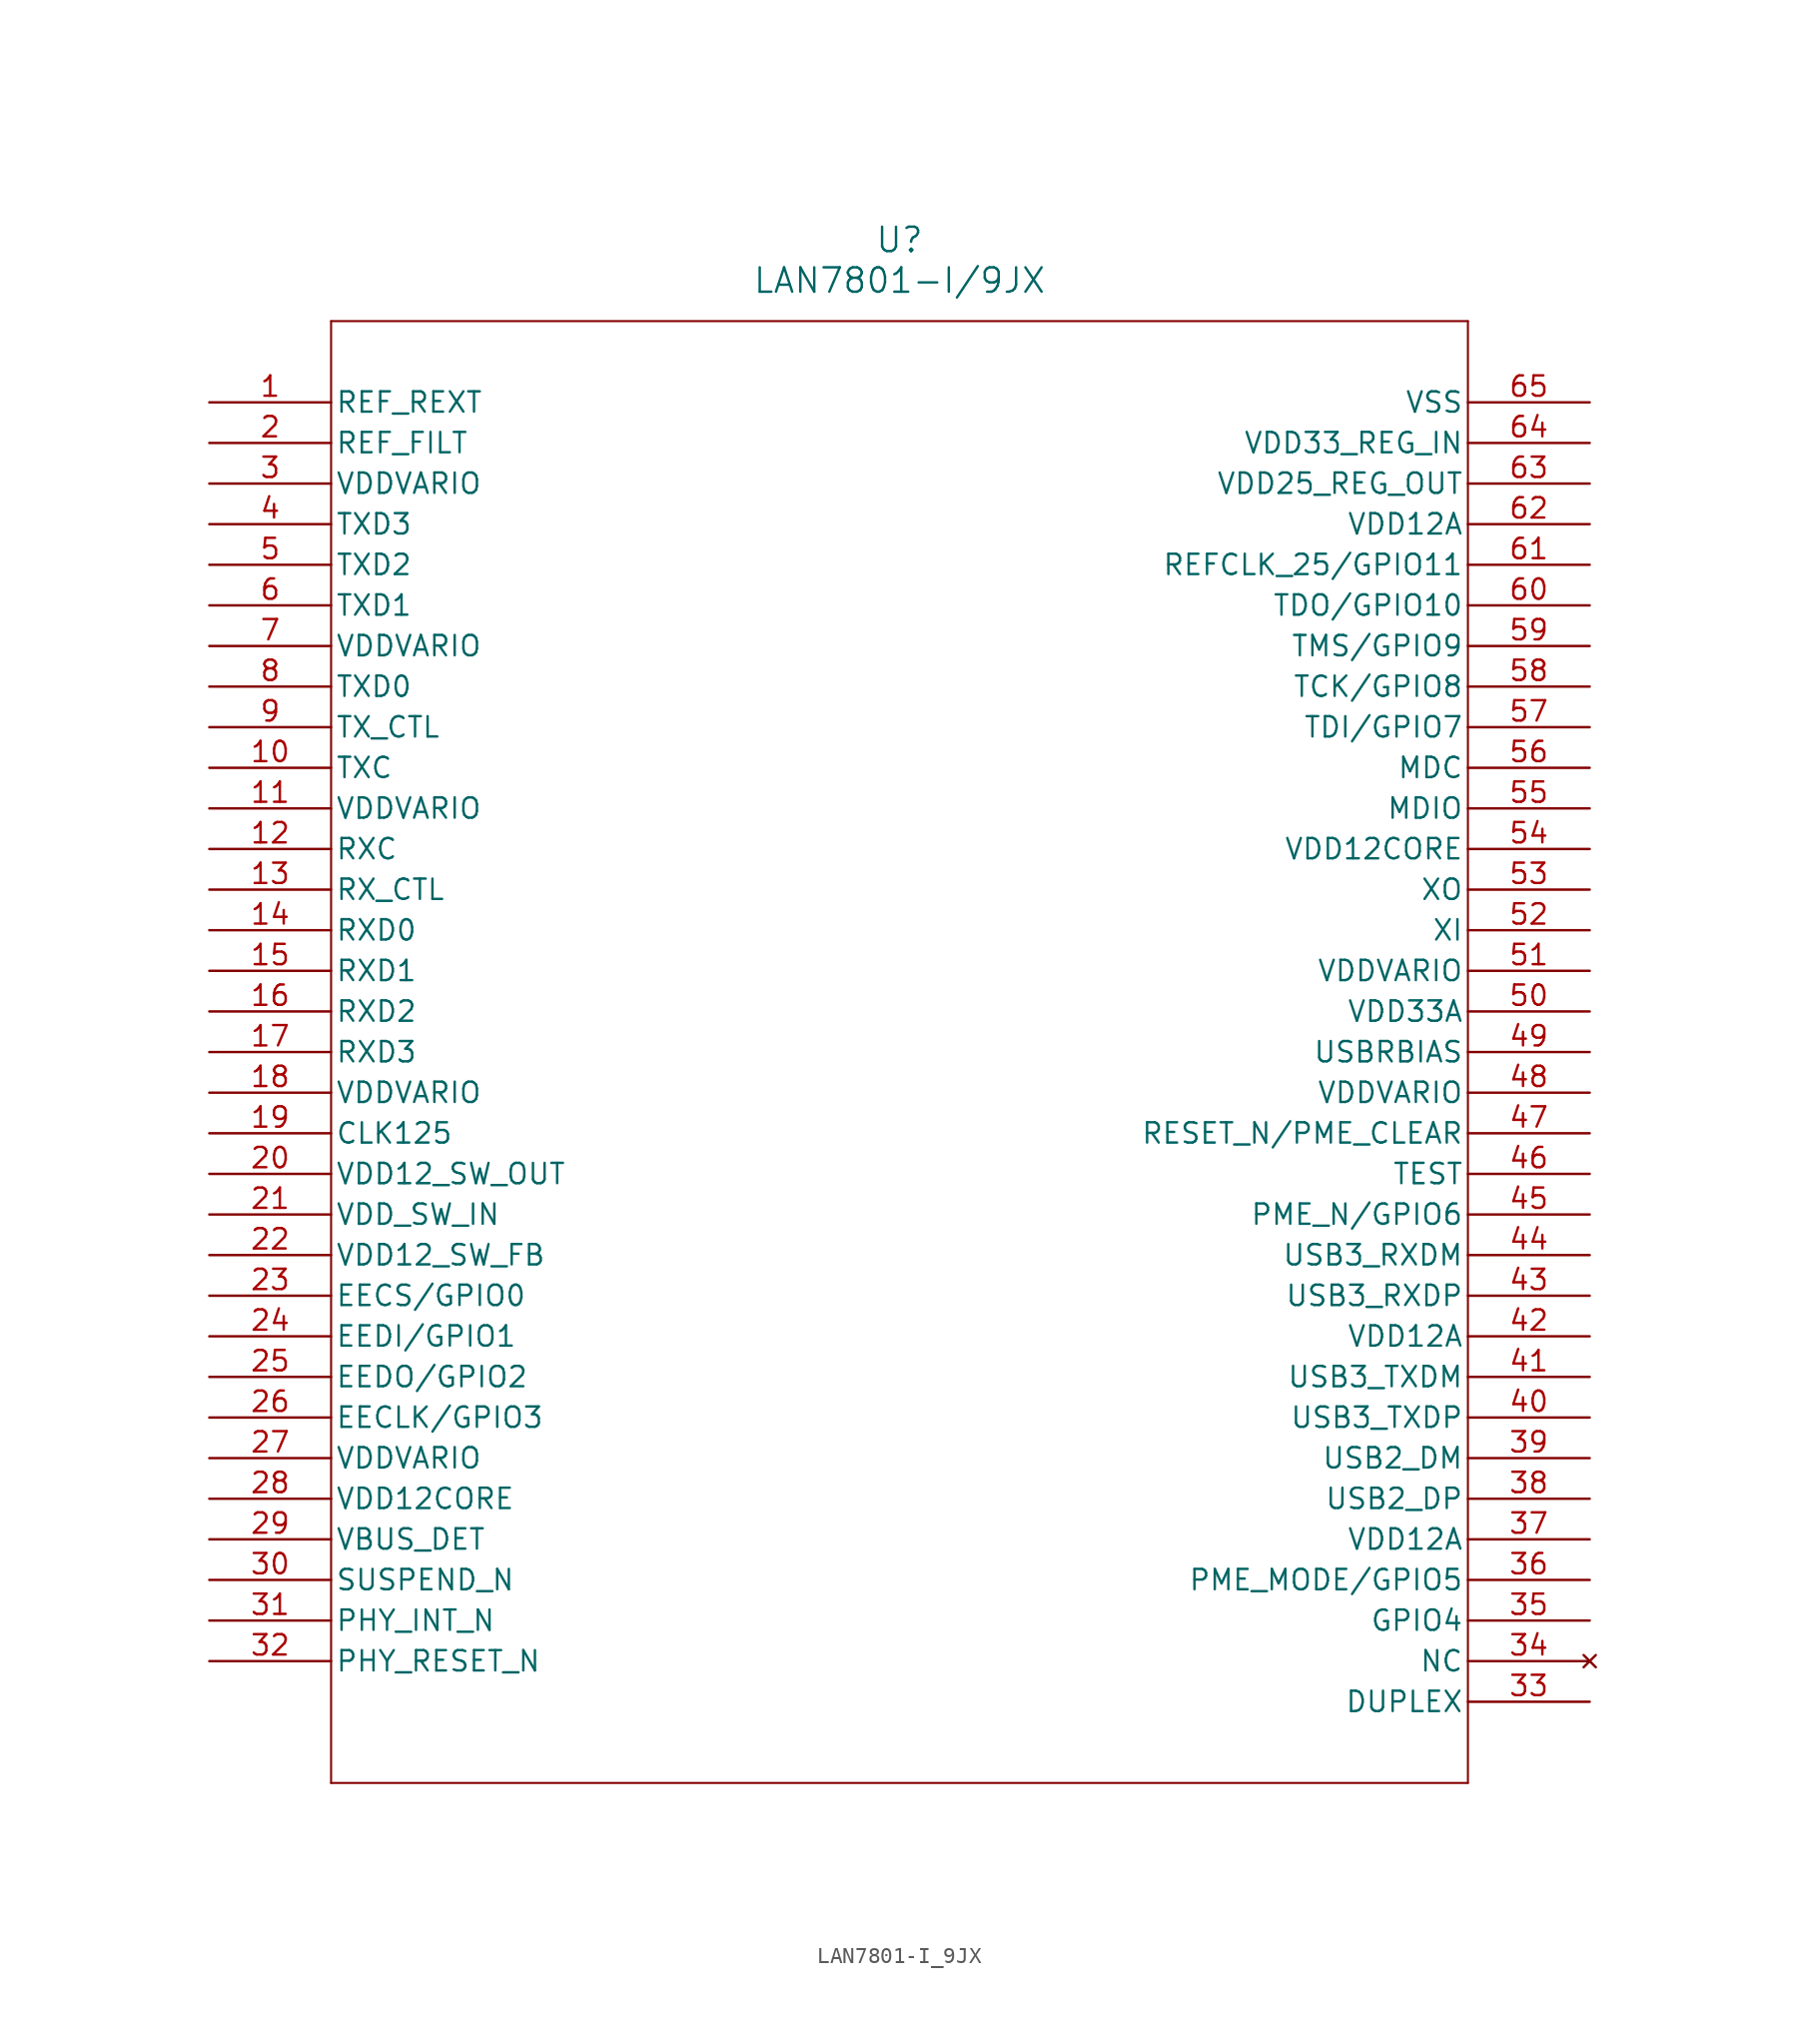
<source format=kicad_sym>
(kicad_symbol_lib
  (version 20231120)
  (generator "kicad_symbol_editor")
  (generator_version "8.0")
  (symbol "LAN7801-I_9JX"
    (pin_names
      (offset 0.254))
    (property "Reference" "U"
      (at 43.18 10.16 0)
      (effects (font (size 1.524 1.524))))
    (property "Value" "LAN7801-I/9JX"
      (at 43.18 7.62 0)
      (effects (font (size 1.524 1.524))))
    (property "ki_locked" ""
      (at 0 0 0)
      (effects (font (size 1.27 1.27))))
    (symbol "LAN7801-I_9JX_0_1"
      (polyline (pts (xy 7.62 -86.36) (xy 78.74 -86.36)) (stroke (width 0.127) (type default)) (fill (type none)))
      (polyline (pts (xy 7.62 5.08) (xy 7.62 -86.36)) (stroke (width 0.127) (type default)) (fill (type none)))
      (polyline (pts (xy 78.74 -86.36) (xy 78.74 5.08)) (stroke (width 0.127) (type default)) (fill (type none)))
      (polyline (pts (xy 78.74 5.08) (xy 7.62 5.08)) (stroke (width 0.127) (type default)) (fill (type none)))
      (pin unspecified line (at 0 0 0) (length 7.62) (name "REF_REXT" (effects (font (size 1.27 1.27)))) (number "1" (effects (font (size 1.27 1.27)))))
      (pin bidirectional line (at 0 -22.86 0) (length 7.62) (name "TXC" (effects (font (size 1.27 1.27)))) (number "10" (effects (font (size 1.27 1.27)))))
      (pin power_in line (at 0 -25.4 0) (length 7.62) (name "VDDVARIO" (effects (font (size 1.27 1.27)))) (number "11" (effects (font (size 1.27 1.27)))))
      (pin bidirectional line (at 0 -27.94 0) (length 7.62) (name "RXC" (effects (font (size 1.27 1.27)))) (number "12" (effects (font (size 1.27 1.27)))))
      (pin bidirectional line (at 0 -30.48 0) (length 7.62) (name "RX_CTL" (effects (font (size 1.27 1.27)))) (number "13" (effects (font (size 1.27 1.27)))))
      (pin bidirectional line (at 0 -33.02 0) (length 7.62) (name "RXD0" (effects (font (size 1.27 1.27)))) (number "14" (effects (font (size 1.27 1.27)))))
      (pin bidirectional line (at 0 -35.56 0) (length 7.62) (name "RXD1" (effects (font (size 1.27 1.27)))) (number "15" (effects (font (size 1.27 1.27)))))
      (pin bidirectional line (at 0 -38.1 0) (length 7.62) (name "RXD2" (effects (font (size 1.27 1.27)))) (number "16" (effects (font (size 1.27 1.27)))))
      (pin bidirectional line (at 0 -40.64 0) (length 7.62) (name "RXD3" (effects (font (size 1.27 1.27)))) (number "17" (effects (font (size 1.27 1.27)))))
      (pin power_in line (at 0 -43.18 0) (length 7.62) (name "VDDVARIO" (effects (font (size 1.27 1.27)))) (number "18" (effects (font (size 1.27 1.27)))))
      (pin input line (at 0 -45.72 0) (length 7.62) (name "CLK125" (effects (font (size 1.27 1.27)))) (number "19" (effects (font (size 1.27 1.27)))))
      (pin unspecified line (at 0 -2.54 0) (length 7.62) (name "REF_FILT" (effects (font (size 1.27 1.27)))) (number "2" (effects (font (size 1.27 1.27)))))
      (pin output line (at 0 -48.26 0) (length 7.62) (name "VDD12_SW_OUT" (effects (font (size 1.27 1.27)))) (number "20" (effects (font (size 1.27 1.27)))))
      (pin power_in line (at 0 -50.8 0) (length 7.62) (name "VDD_SW_IN" (effects (font (size 1.27 1.27)))) (number "21" (effects (font (size 1.27 1.27)))))
      (pin power_in line (at 0 -53.34 0) (length 7.62) (name "VDD12_SW_FB" (effects (font (size 1.27 1.27)))) (number "22" (effects (font (size 1.27 1.27)))))
      (pin bidirectional line (at 0 -55.88 0) (length 7.62) (name "EECS/GPIO0" (effects (font (size 1.27 1.27)))) (number "23" (effects (font (size 1.27 1.27)))))
      (pin bidirectional line (at 0 -58.42 0) (length 7.62) (name "EEDI/GPIO1" (effects (font (size 1.27 1.27)))) (number "24" (effects (font (size 1.27 1.27)))))
      (pin bidirectional line (at 0 -60.96 0) (length 7.62) (name "EEDO/GPIO2" (effects (font (size 1.27 1.27)))) (number "25" (effects (font (size 1.27 1.27)))))
      (pin bidirectional line (at 0 -63.5 0) (length 7.62) (name "EECLK/GPIO3" (effects (font (size 1.27 1.27)))) (number "26" (effects (font (size 1.27 1.27)))))
      (pin power_in line (at 0 -66.04 0) (length 7.62) (name "VDDVARIO" (effects (font (size 1.27 1.27)))) (number "27" (effects (font (size 1.27 1.27)))))
      (pin power_in line (at 0 -68.58 0) (length 7.62) (name "VDD12CORE" (effects (font (size 1.27 1.27)))) (number "28" (effects (font (size 1.27 1.27)))))
      (pin input line (at 0 -71.12 0) (length 7.62) (name "VBUS_DET" (effects (font (size 1.27 1.27)))) (number "29" (effects (font (size 1.27 1.27)))))
      (pin power_in line (at 0 -5.08 0) (length 7.62) (name "VDDVARIO" (effects (font (size 1.27 1.27)))) (number "3" (effects (font (size 1.27 1.27)))))
      (pin output line (at 0 -73.66 0) (length 7.62) (name "SUSPEND_N" (effects (font (size 1.27 1.27)))) (number "30" (effects (font (size 1.27 1.27)))))
      (pin input line (at 0 -76.2 0) (length 7.62) (name "PHY_INT_N" (effects (font (size 1.27 1.27)))) (number "31" (effects (font (size 1.27 1.27)))))
      (pin output line (at 0 -78.74 0) (length 7.62) (name "PHY_RESET_N" (effects (font (size 1.27 1.27)))) (number "32" (effects (font (size 1.27 1.27)))))
      (pin input line (at 86.36 -81.28 180) (length 7.62) (name "DUPLEX" (effects (font (size 1.27 1.27)))) (number "33" (effects (font (size 1.27 1.27)))))
      (pin no_connect line (at 86.36 -78.74 180) (length 7.62) (name "NC" (effects (font (size 1.27 1.27)))) (number "34" (effects (font (size 1.27 1.27)))))
      (pin bidirectional line (at 86.36 -76.2 180) (length 7.62) (name "GPIO4" (effects (font (size 1.27 1.27)))) (number "35" (effects (font (size 1.27 1.27)))))
      (pin bidirectional line (at 86.36 -73.66 180) (length 7.62) (name "PME_MODE/GPIO5" (effects (font (size 1.27 1.27)))) (number "36" (effects (font (size 1.27 1.27)))))
      (pin power_in line (at 86.36 -71.12 180) (length 7.62) (name "VDD12A" (effects (font (size 1.27 1.27)))) (number "37" (effects (font (size 1.27 1.27)))))
      (pin unspecified line (at 86.36 -68.58 180) (length 7.62) (name "USB2_DP" (effects (font (size 1.27 1.27)))) (number "38" (effects (font (size 1.27 1.27)))))
      (pin unspecified line (at 86.36 -66.04 180) (length 7.62) (name "USB2_DM" (effects (font (size 1.27 1.27)))) (number "39" (effects (font (size 1.27 1.27)))))
      (pin bidirectional line (at 0 -7.62 0) (length 7.62) (name "TXD3" (effects (font (size 1.27 1.27)))) (number "4" (effects (font (size 1.27 1.27)))))
      (pin unspecified line (at 86.36 -63.5 180) (length 7.62) (name "USB3_TXDP" (effects (font (size 1.27 1.27)))) (number "40" (effects (font (size 1.27 1.27)))))
      (pin unspecified line (at 86.36 -60.96 180) (length 7.62) (name "USB3_TXDM" (effects (font (size 1.27 1.27)))) (number "41" (effects (font (size 1.27 1.27)))))
      (pin power_in line (at 86.36 -58.42 180) (length 7.62) (name "VDD12A" (effects (font (size 1.27 1.27)))) (number "42" (effects (font (size 1.27 1.27)))))
      (pin unspecified line (at 86.36 -55.88 180) (length 7.62) (name "USB3_RXDP" (effects (font (size 1.27 1.27)))) (number "43" (effects (font (size 1.27 1.27)))))
      (pin unspecified line (at 86.36 -53.34 180) (length 7.62) (name "USB3_RXDM" (effects (font (size 1.27 1.27)))) (number "44" (effects (font (size 1.27 1.27)))))
      (pin bidirectional line (at 86.36 -50.8 180) (length 7.62) (name "PME_N/GPIO6" (effects (font (size 1.27 1.27)))) (number "45" (effects (font (size 1.27 1.27)))))
      (pin input line (at 86.36 -48.26 180) (length 7.62) (name "TEST" (effects (font (size 1.27 1.27)))) (number "46" (effects (font (size 1.27 1.27)))))
      (pin input line (at 86.36 -45.72 180) (length 7.62) (name "RESET_N/PME_CLEAR" (effects (font (size 1.27 1.27)))) (number "47" (effects (font (size 1.27 1.27)))))
      (pin power_in line (at 86.36 -43.18 180) (length 7.62) (name "VDDVARIO" (effects (font (size 1.27 1.27)))) (number "48" (effects (font (size 1.27 1.27)))))
      (pin unspecified line (at 86.36 -40.64 180) (length 7.62) (name "USBRBIAS" (effects (font (size 1.27 1.27)))) (number "49" (effects (font (size 1.27 1.27)))))
      (pin bidirectional line (at 0 -10.16 0) (length 7.62) (name "TXD2" (effects (font (size 1.27 1.27)))) (number "5" (effects (font (size 1.27 1.27)))))
      (pin power_in line (at 86.36 -38.1 180) (length 7.62) (name "VDD33A" (effects (font (size 1.27 1.27)))) (number "50" (effects (font (size 1.27 1.27)))))
      (pin power_in line (at 86.36 -35.56 180) (length 7.62) (name "VDDVARIO" (effects (font (size 1.27 1.27)))) (number "51" (effects (font (size 1.27 1.27)))))
      (pin input line (at 86.36 -33.02 180) (length 7.62) (name "XI" (effects (font (size 1.27 1.27)))) (number "52" (effects (font (size 1.27 1.27)))))
      (pin output line (at 86.36 -30.48 180) (length 7.62) (name "XO" (effects (font (size 1.27 1.27)))) (number "53" (effects (font (size 1.27 1.27)))))
      (pin power_in line (at 86.36 -27.94 180) (length 7.62) (name "VDD12CORE" (effects (font (size 1.27 1.27)))) (number "54" (effects (font (size 1.27 1.27)))))
      (pin bidirectional line (at 86.36 -25.4 180) (length 7.62) (name "MDIO" (effects (font (size 1.27 1.27)))) (number "55" (effects (font (size 1.27 1.27)))))
      (pin output line (at 86.36 -22.86 180) (length 7.62) (name "MDC" (effects (font (size 1.27 1.27)))) (number "56" (effects (font (size 1.27 1.27)))))
      (pin bidirectional line (at 86.36 -20.32 180) (length 7.62) (name "TDI/GPIO7" (effects (font (size 1.27 1.27)))) (number "57" (effects (font (size 1.27 1.27)))))
      (pin bidirectional line (at 86.36 -17.78 180) (length 7.62) (name "TCK/GPIO8" (effects (font (size 1.27 1.27)))) (number "58" (effects (font (size 1.27 1.27)))))
      (pin bidirectional line (at 86.36 -15.24 180) (length 7.62) (name "TMS/GPIO9" (effects (font (size 1.27 1.27)))) (number "59" (effects (font (size 1.27 1.27)))))
      (pin bidirectional line (at 0 -12.7 0) (length 7.62) (name "TXD1" (effects (font (size 1.27 1.27)))) (number "6" (effects (font (size 1.27 1.27)))))
      (pin bidirectional line (at 86.36 -12.7 180) (length 7.62) (name "TDO/GPIO10" (effects (font (size 1.27 1.27)))) (number "60" (effects (font (size 1.27 1.27)))))
      (pin bidirectional line (at 86.36 -10.16 180) (length 7.62) (name "REFCLK_25/GPIO11" (effects (font (size 1.27 1.27)))) (number "61" (effects (font (size 1.27 1.27)))))
      (pin power_in line (at 86.36 -7.62 180) (length 7.62) (name "VDD12A" (effects (font (size 1.27 1.27)))) (number "62" (effects (font (size 1.27 1.27)))))
      (pin output line (at 86.36 -5.08 180) (length 7.62) (name "VDD25_REG_OUT" (effects (font (size 1.27 1.27)))) (number "63" (effects (font (size 1.27 1.27)))))
      (pin power_in line (at 86.36 -2.54 180) (length 7.62) (name "VDD33_REG_IN" (effects (font (size 1.27 1.27)))) (number "64" (effects (font (size 1.27 1.27)))))
      (pin power_out line (at 86.36 0 180) (length 7.62) (name "VSS" (effects (font (size 1.27 1.27)))) (number "65" (effects (font (size 1.27 1.27)))))
      (pin power_in line (at 0 -15.24 0) (length 7.62) (name "VDDVARIO" (effects (font (size 1.27 1.27)))) (number "7" (effects (font (size 1.27 1.27)))))
      (pin bidirectional line (at 0 -17.78 0) (length 7.62) (name "TXD0" (effects (font (size 1.27 1.27)))) (number "8" (effects (font (size 1.27 1.27)))))
      (pin bidirectional line (at 0 -20.32 0) (length 7.62) (name "TX_CTL" (effects (font (size 1.27 1.27)))) (number "9" (effects (font (size 1.27 1.27))))))))
</source>
